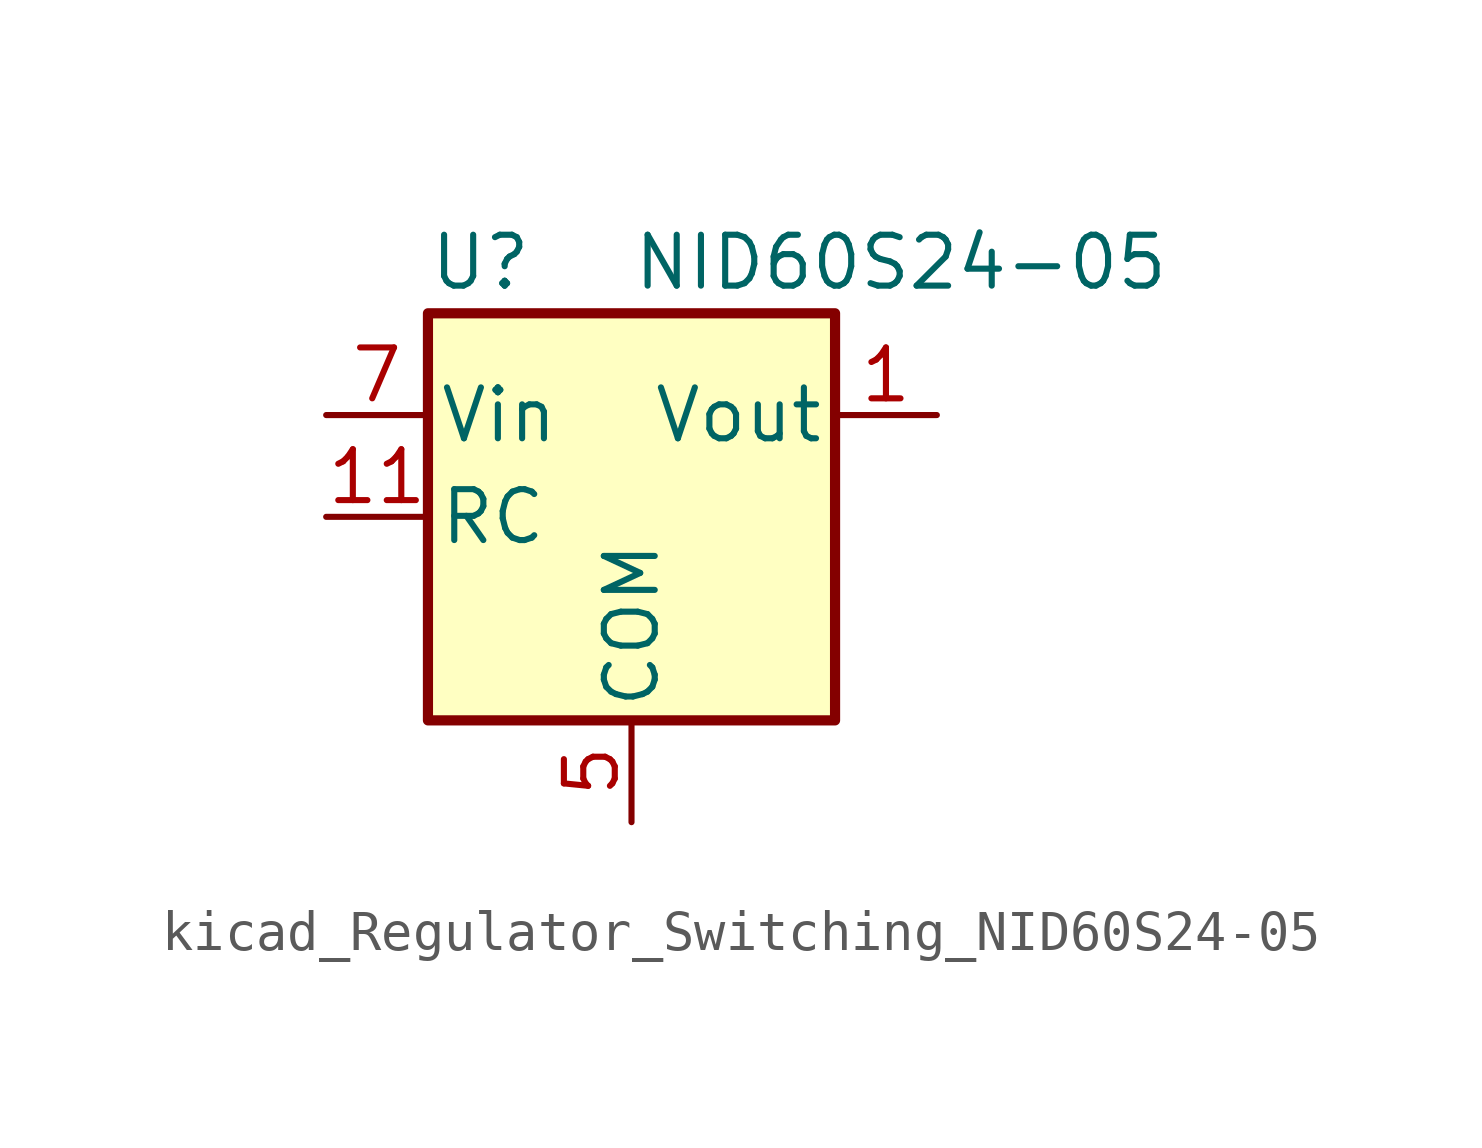
<source format=kicad_sym>
(kicad_symbol_lib
  (version 20220914)
  (generator kicad_symbol_editor)
  (symbol "kicad_Regulator_Switching_NID60S24-05"
    (pin_names
      (offset 0.254))
    (property "Reference" "U"
      (at -5.08 6.35 0)
      (effects (font (size 1.27 1.27)) (justify left)))
    (property "Value" "NID60S24-05"
      (at 0 6.35 0)
      (effects (font (size 1.27 1.27)) (justify left)))
    (symbol "kicad_Regulator_Switching_NID60S24-05_0_1"
      (rectangle (start -5.08 5.08) (end 5.08 -5.08) (stroke (width 0.254) (type default)) (fill (type background))))
    (symbol "kicad_Regulator_Switching_NID60S24-05_1_1"
      (pin power_out line (at 7.62 2.54 180) (length 2.54) (name "Vout" (effects (font (size 1.27 1.27)))) (number "1" (effects (font (size 1.27 1.27)))))
      (pin no_connect line (at 5.08 -2.54 180) (length 2.54) hide (name "NC" (effects (font (size 1.27 1.27)))) (number "10" (effects (font (size 1.27 1.27)))))
      (pin input line (at -7.62 0 0) (length 2.54) (name "RC" (effects (font (size 1.27 1.27)))) (number "11" (effects (font (size 1.27 1.27)))))
      (pin passive line (at 7.62 2.54 180) (length 2.54) hide (name "Vout" (effects (font (size 1.27 1.27)))) (number "2" (effects (font (size 1.27 1.27)))))
      (pin passive line (at 7.62 2.54 180) (length 2.54) hide (name "Vout" (effects (font (size 1.27 1.27)))) (number "3" (effects (font (size 1.27 1.27)))))
      (pin passive line (at 7.62 2.54 180) (length 2.54) hide (name "Vout" (effects (font (size 1.27 1.27)))) (number "4" (effects (font (size 1.27 1.27)))))
      (pin power_in line (at 0 -7.62 90) (length 2.54) (name "COM" (effects (font (size 1.27 1.27)))) (number "5" (effects (font (size 1.27 1.27)))))
      (pin passive line (at 0 -7.62 90) (length 2.54) hide (name "COM" (effects (font (size 1.27 1.27)))) (number "6" (effects (font (size 1.27 1.27)))))
      (pin power_in line (at -7.62 2.54 0) (length 2.54) (name "Vin" (effects (font (size 1.27 1.27)))) (number "7" (effects (font (size 1.27 1.27)))))
      (pin passive line (at -7.62 2.54 0) (length 2.54) hide (name "Vin" (effects (font (size 1.27 1.27)))) (number "8" (effects (font (size 1.27 1.27)))))
      (pin no_connect line (at 5.08 0 180) (length 2.54) hide (name "NC" (effects (font (size 1.27 1.27)))) (number "9" (effects (font (size 1.27 1.27))))))))
</source>
